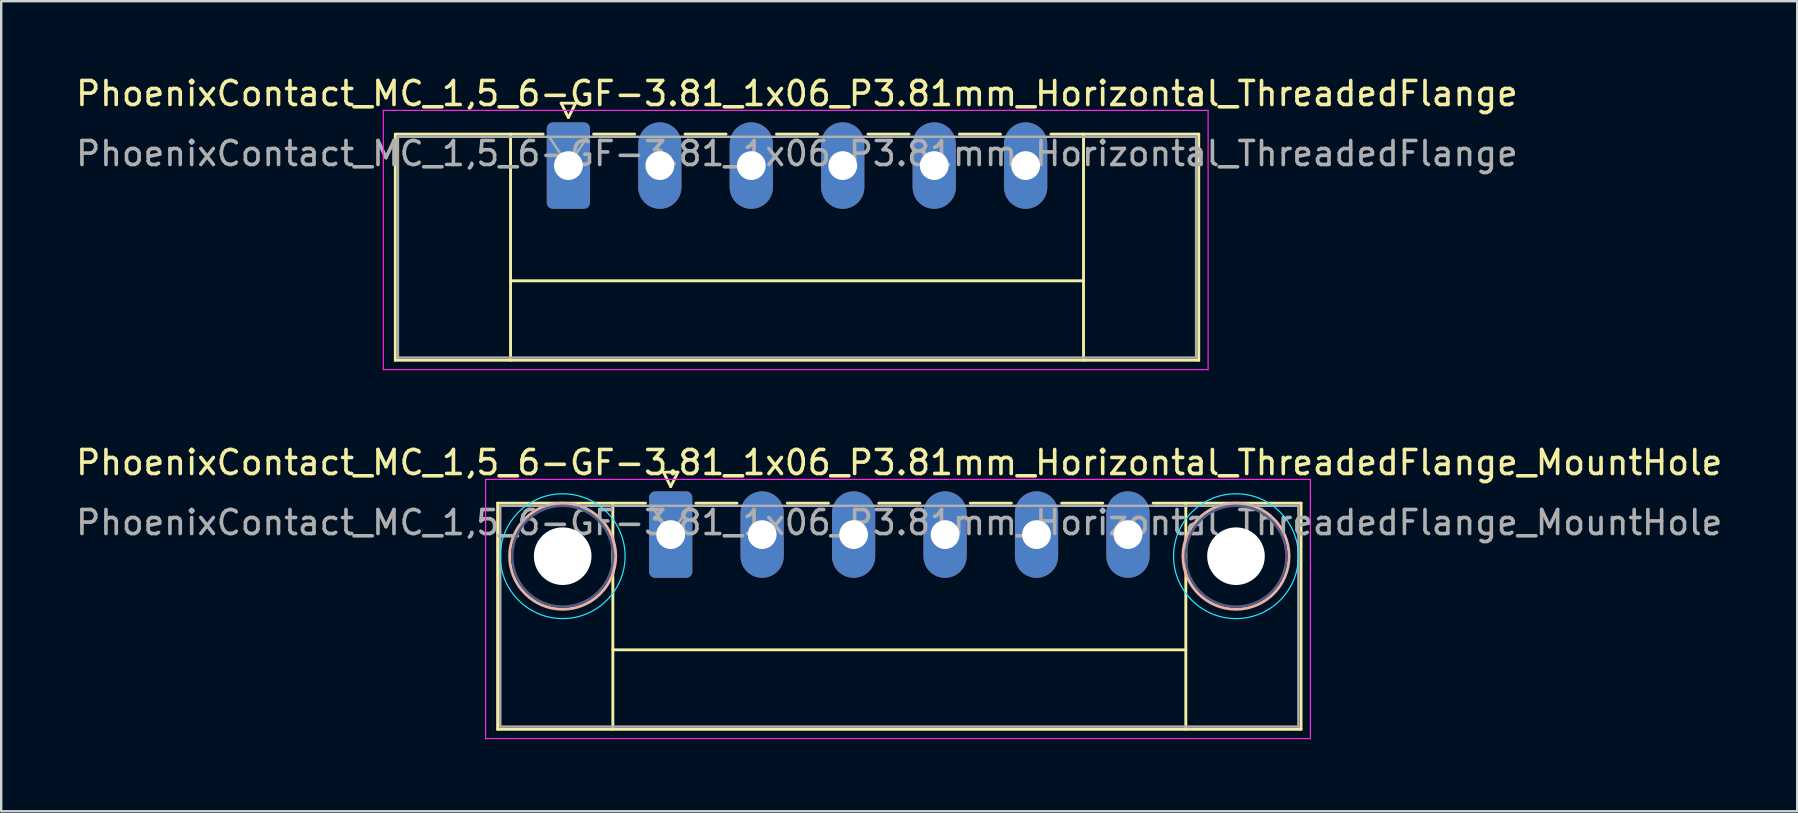
<source format=kicad_pcb>
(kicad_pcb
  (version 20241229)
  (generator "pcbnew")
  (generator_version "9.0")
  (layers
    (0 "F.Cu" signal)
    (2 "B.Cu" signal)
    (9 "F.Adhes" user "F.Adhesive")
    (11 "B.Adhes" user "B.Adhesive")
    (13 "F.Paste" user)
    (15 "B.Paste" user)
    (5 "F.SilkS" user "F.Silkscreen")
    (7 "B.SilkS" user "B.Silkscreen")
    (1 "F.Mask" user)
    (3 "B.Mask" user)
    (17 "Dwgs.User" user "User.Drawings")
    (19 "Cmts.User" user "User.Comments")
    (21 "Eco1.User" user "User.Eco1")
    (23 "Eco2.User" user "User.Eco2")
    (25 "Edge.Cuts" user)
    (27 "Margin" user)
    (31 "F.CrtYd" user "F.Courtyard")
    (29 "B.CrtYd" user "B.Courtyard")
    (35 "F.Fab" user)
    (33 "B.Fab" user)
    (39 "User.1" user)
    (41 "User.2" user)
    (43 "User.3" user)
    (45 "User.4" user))
  (footprint "PhoenixContact_MC_1,5_6-GF-3.81_1x06_P3.81mm_Horizontal_ThreadedFlange"
    (layer "F.Cu")
    (at 20.629 3.848)
    (property "Reference" "PhoenixContact_MC_1,5_6-GF-3.81_1x06_P3.81mm_Horizontal_ThreadedFlange" (at 9.52 -3 0) (layer "F.SilkS") (effects (font (size 1 1) (thickness 0.15))))
    (attr through_hole)
    (fp_line (start -7.21 -1.31) (end -7.21 8.11) (stroke (width 0.12) (type solid)) (layer "F.SilkS"))
    (fp_line (start -7.21 -1.31) (end -1.05 -1.31) (stroke (width 0.12) (type solid)) (layer "F.SilkS"))
    (fp_line (start -7.21 8.11) (end 26.26 8.11) (stroke (width 0.12) (type solid)) (layer "F.SilkS"))
    (fp_line (start -2.41 -1.31) (end -2.41 8.11) (stroke (width 0.12) (type solid)) (layer "F.SilkS"))
    (fp_line (start -2.41 4.8) (end 21.46 4.8) (stroke (width 0.12) (type solid)) (layer "F.SilkS"))
    (fp_line (start -0.3 -2.6) (end 0.3 -2.6) (stroke (width 0.12) (type solid)) (layer "F.SilkS"))
    (fp_line (start 0 -2) (end -0.3 -2.6) (stroke (width 0.12) (type solid)) (layer "F.SilkS"))
    (fp_line (start 0.3 -2.6) (end 0 -2) (stroke (width 0.12) (type solid)) (layer "F.SilkS"))
    (fp_line (start 1.05 -1.31) (end 2.76 -1.31) (stroke (width 0.12) (type solid)) (layer "F.SilkS"))
    (fp_line (start 4.86 -1.31) (end 6.57 -1.31) (stroke (width 0.12) (type solid)) (layer "F.SilkS"))
    (fp_line (start 8.67 -1.31) (end 10.38 -1.31) (stroke (width 0.12) (type solid)) (layer "F.SilkS"))
    (fp_line (start 12.48 -1.31) (end 14.19 -1.31) (stroke (width 0.12) (type solid)) (layer "F.SilkS"))
    (fp_line (start 16.29 -1.31) (end 18 -1.31) (stroke (width 0.12) (type solid)) (layer "F.SilkS"))
    (fp_line (start 21.46 -1.31) (end 21.46 8.11) (stroke (width 0.12) (type solid)) (layer "F.SilkS"))
    (fp_line (start 26.26 -1.31) (end 20.1 -1.31) (stroke (width 0.12) (type solid)) (layer "F.SilkS"))
    (fp_line (start 26.26 8.11) (end 26.26 -1.31) (stroke (width 0.12) (type solid)) (layer "F.SilkS"))
    (fp_line (start -7.71 -2.3) (end -7.71 8.5) (stroke (width 0.05) (type solid)) (layer "F.CrtYd"))
    (fp_line (start -7.71 8.5) (end 26.65 8.5) (stroke (width 0.05) (type solid)) (layer "F.CrtYd"))
    (fp_line (start 26.65 -2.3) (end -7.71 -2.3) (stroke (width 0.05) (type solid)) (layer "F.CrtYd"))
    (fp_line (start 26.65 8.5) (end 26.65 -2.3) (stroke (width 0.05) (type solid)) (layer "F.CrtYd"))
    (fp_line (start -7.1 -1.2) (end -7.1 8) (stroke (width 0.1) (type solid)) (layer "F.Fab"))
    (fp_line (start -7.1 8) (end 26.15 8) (stroke (width 0.1) (type solid)) (layer "F.Fab"))
    (fp_line (start 0 0) (end -0.8 -1.2) (stroke (width 0.1) (type solid)) (layer "F.Fab"))
    (fp_line (start 0.8 -1.2) (end 0 0) (stroke (width 0.1) (type solid)) (layer "F.Fab"))
    (fp_line (start 26.15 -1.2) (end -7.1 -1.2) (stroke (width 0.1) (type solid)) (layer "F.Fab"))
    (fp_line (start 26.15 8) (end 26.15 -1.2) (stroke (width 0.1) (type solid)) (layer "F.Fab"))
    (fp_text user "${REFERENCE}" (at 9.52 -0.5 0) (layer "F.Fab") (effects (font (size 1 1) (thickness 0.15))))
    (pad "1" thru_hole roundrect (at 0 0) (size 1.8 3.6) (drill 1.2) (layers "*.Cu" "*.Mask") (roundrect_rratio 0.139))
    (pad "2" thru_hole oval (at 3.81 0) (size 1.8 3.6) (drill 1.2) (layers "*.Cu" "*.Mask"))
    (pad "3" thru_hole oval (at 7.62 0) (size 1.8 3.6) (drill 1.2) (layers "*.Cu" "*.Mask"))
    (pad "4" thru_hole oval (at 11.43 0) (size 1.8 3.6) (drill 1.2) (layers "*.Cu" "*.Mask"))
    (pad "5" thru_hole oval (at 15.24 0) (size 1.8 3.6) (drill 1.2) (layers "*.Cu" "*.Mask"))
    (pad "6" thru_hole oval (at 19.05 0) (size 1.8 3.6) (drill 1.2) (layers "*.Cu" "*.Mask")))
  (footprint "PhoenixContact_MC_1,5_6-GF-3.81_1x06_P3.81mm_Horizontal_ThreadedFlange_MountHole"
    (layer "F.Cu")
    (at 24.891 19.221)
    (property "Reference" "PhoenixContact_MC_1,5_6-GF-3.81_1x06_P3.81mm_Horizontal_ThreadedFlange_MountHole" (at 9.52 -3 0) (layer "F.SilkS") (effects (font (size 1 1) (thickness 0.15))))
    (attr through_hole)
    (fp_line (start -7.21 -1.31) (end -7.21 8.11) (stroke (width 0.12) (type solid)) (layer "F.SilkS"))
    (fp_line (start -7.21 -1.31) (end -1.05 -1.31) (stroke (width 0.12) (type solid)) (layer "F.SilkS"))
    (fp_line (start -7.21 8.11) (end 26.26 8.11) (stroke (width 0.12) (type solid)) (layer "F.SilkS"))
    (fp_line (start -2.41 -1.31) (end -2.41 8.11) (stroke (width 0.12) (type solid)) (layer "F.SilkS"))
    (fp_line (start -2.41 4.8) (end 21.46 4.8) (stroke (width 0.12) (type solid)) (layer "F.SilkS"))
    (fp_line (start -0.3 -2.6) (end 0.3 -2.6) (stroke (width 0.12) (type solid)) (layer "F.SilkS"))
    (fp_line (start 0 -2) (end -0.3 -2.6) (stroke (width 0.12) (type solid)) (layer "F.SilkS"))
    (fp_line (start 0.3 -2.6) (end 0 -2) (stroke (width 0.12) (type solid)) (layer "F.SilkS"))
    (fp_line (start 1.05 -1.31) (end 2.76 -1.31) (stroke (width 0.12) (type solid)) (layer "F.SilkS"))
    (fp_line (start 4.86 -1.31) (end 6.57 -1.31) (stroke (width 0.12) (type solid)) (layer "F.SilkS"))
    (fp_line (start 8.67 -1.31) (end 10.38 -1.31) (stroke (width 0.12) (type solid)) (layer "F.SilkS"))
    (fp_line (start 12.48 -1.31) (end 14.19 -1.31) (stroke (width 0.12) (type solid)) (layer "F.SilkS"))
    (fp_line (start 16.29 -1.31) (end 18 -1.31) (stroke (width 0.12) (type solid)) (layer "F.SilkS"))
    (fp_line (start 21.46 -1.31) (end 21.46 8.11) (stroke (width 0.12) (type solid)) (layer "F.SilkS"))
    (fp_line (start 26.26 -1.31) (end 20.1 -1.31) (stroke (width 0.12) (type solid)) (layer "F.SilkS"))
    (fp_line (start 26.26 8.11) (end 26.26 -1.31) (stroke (width 0.12) (type solid)) (layer "F.SilkS"))
    (fp_circle (center -4.5 0.9) (end -2.29 0.9) (stroke (width 0.12) (type solid)) (fill no) (layer "B.SilkS"))
    (fp_circle (center 23.55 0.9) (end 25.76 0.9) (stroke (width 0.12) (type solid)) (fill no) (layer "B.SilkS"))
    (fp_circle (center -4.5 0.9) (end -1.9 0.9) (stroke (width 0.05) (type solid)) (fill no) (layer "B.CrtYd"))
    (fp_circle (center 23.55 0.9) (end 26.15 0.9) (stroke (width 0.05) (type solid)) (fill no) (layer "B.CrtYd"))
    (fp_line (start -7.71 -2.3) (end -7.71 8.5) (stroke (width 0.05) (type solid)) (layer "F.CrtYd"))
    (fp_line (start -7.71 8.5) (end 26.65 8.5) (stroke (width 0.05) (type solid)) (layer "F.CrtYd"))
    (fp_line (start 26.65 -2.3) (end -7.71 -2.3) (stroke (width 0.05) (type solid)) (layer "F.CrtYd"))
    (fp_line (start 26.65 8.5) (end 26.65 -2.3) (stroke (width 0.05) (type solid)) (layer "F.CrtYd"))
    (fp_circle (center -4.5 0.9) (end -2.4 0.9) (stroke (width 0.1) (type solid)) (fill no) (layer "B.Fab"))
    (fp_circle (center 23.55 0.9) (end 25.65 0.9) (stroke (width 0.1) (type solid)) (fill no) (layer "B.Fab"))
    (fp_line (start -7.1 -1.2) (end -7.1 8) (stroke (width 0.1) (type solid)) (layer "F.Fab"))
    (fp_line (start -7.1 8) (end 26.15 8) (stroke (width 0.1) (type solid)) (layer "F.Fab"))
    (fp_line (start 0 0) (end -0.8 -1.2) (stroke (width 0.1) (type solid)) (layer "F.Fab"))
    (fp_line (start 0.8 -1.2) (end 0 0) (stroke (width 0.1) (type solid)) (layer "F.Fab"))
    (fp_line (start 26.15 -1.2) (end -7.1 -1.2) (stroke (width 0.1) (type solid)) (layer "F.Fab"))
    (fp_line (start 26.15 8) (end 26.15 -1.2) (stroke (width 0.1) (type solid)) (layer "F.Fab"))
    (fp_text user "${REFERENCE}" (at 9.52 -0.5 0) (layer "F.Fab") (effects (font (size 1 1) (thickness 0.15))))
    (pad "" np_thru_hole circle (at -4.5 0.9) (size 2.4 2.4) (drill 2.4) (layers "*.Cu" "*.Mask"))
    (pad "" np_thru_hole circle (at 23.55 0.9) (size 2.4 2.4) (drill 2.4) (layers "*.Cu" "*.Mask"))
    (pad "1" thru_hole roundrect (at 0 0) (size 1.8 3.6) (drill 1.2) (layers "*.Cu" "*.Mask") (roundrect_rratio 0.139))
    (pad "2" thru_hole oval (at 3.81 0) (size 1.8 3.6) (drill 1.2) (layers "*.Cu" "*.Mask"))
    (pad "3" thru_hole oval (at 7.62 0) (size 1.8 3.6) (drill 1.2) (layers "*.Cu" "*.Mask"))
    (pad "4" thru_hole oval (at 11.43 0) (size 1.8 3.6) (drill 1.2) (layers "*.Cu" "*.Mask"))
    (pad "5" thru_hole oval (at 15.24 0) (size 1.8 3.6) (drill 1.2) (layers "*.Cu" "*.Mask"))
    (pad "6" thru_hole oval (at 19.05 0) (size 1.8 3.6) (drill 1.2) (layers "*.Cu" "*.Mask")))
  (gr_rect
    (start -3 -3)
    (end 71.821 30.747)
    (stroke (width 0.1) (type default))
    (fill no)
    (layer "Edge.Cuts")))
</source>
